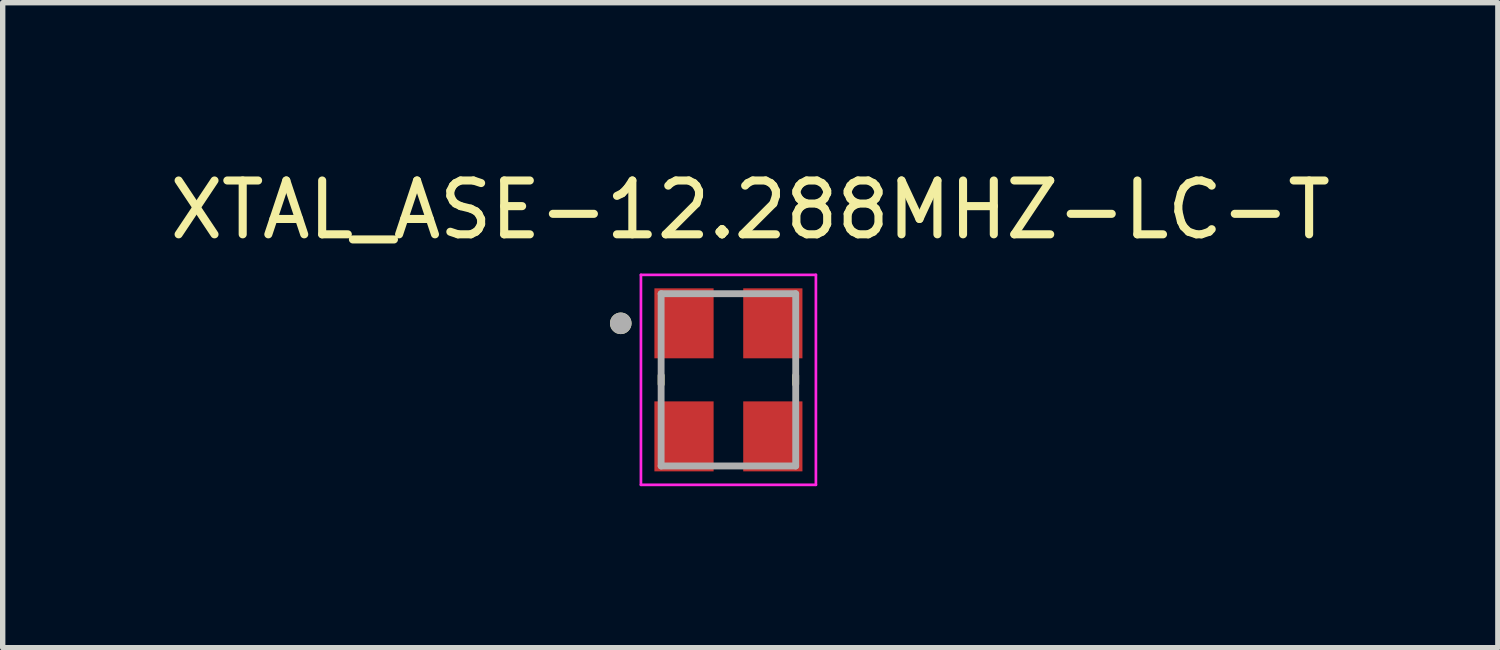
<source format=kicad_pcb>
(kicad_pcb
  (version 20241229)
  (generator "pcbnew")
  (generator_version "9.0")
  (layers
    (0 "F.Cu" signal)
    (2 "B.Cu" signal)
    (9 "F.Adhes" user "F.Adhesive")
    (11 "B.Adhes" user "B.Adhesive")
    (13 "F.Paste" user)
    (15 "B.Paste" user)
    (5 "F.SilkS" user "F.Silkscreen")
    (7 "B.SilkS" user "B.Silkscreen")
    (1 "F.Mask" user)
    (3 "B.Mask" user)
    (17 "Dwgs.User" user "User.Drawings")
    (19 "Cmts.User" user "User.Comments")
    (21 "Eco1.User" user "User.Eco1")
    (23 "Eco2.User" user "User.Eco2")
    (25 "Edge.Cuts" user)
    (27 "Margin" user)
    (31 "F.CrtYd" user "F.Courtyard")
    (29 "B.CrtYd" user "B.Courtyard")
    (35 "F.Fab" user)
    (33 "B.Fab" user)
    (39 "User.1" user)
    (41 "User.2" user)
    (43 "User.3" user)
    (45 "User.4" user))
  (footprint "XTAL_ASE-12.288MHZ-LC-T"
    (layer "F.Cu")
    (at 10.481 4.006)
    (property "Reference" "XTAL_ASE-12.288MHZ-LC-T" (at 0.406 -3.158 0) (layer "F.SilkS") (effects (font (size 1 1) (thickness 0.15))))
    (attr smd)
    (fp_line (start -1.25 -0.08) (end -1.25 0.08) (stroke (width 0.127) (type solid)) (layer "F.SilkS"))
    (fp_line (start 1.25 0.08) (end 1.25 -0.08) (stroke (width 0.127) (type solid)) (layer "F.SilkS"))
    (fp_circle (center -2 -1.05) (end -1.9 -1.05) (stroke (width 0.2) (type solid)) (fill no) (layer "F.SilkS"))
    (fp_line (start -1.625 -1.95) (end 1.625 -1.95) (stroke (width 0.05) (type solid)) (layer "F.CrtYd"))
    (fp_line (start -1.625 1.95) (end -1.625 -1.95) (stroke (width 0.05) (type solid)) (layer "F.CrtYd"))
    (fp_line (start 1.625 -1.95) (end 1.625 1.95) (stroke (width 0.05) (type solid)) (layer "F.CrtYd"))
    (fp_line (start 1.625 1.95) (end -1.625 1.95) (stroke (width 0.05) (type solid)) (layer "F.CrtYd"))
    (fp_line (start -1.25 -1.6) (end 1.25 -1.6) (stroke (width 0.127) (type solid)) (layer "F.Fab"))
    (fp_line (start -1.25 1.6) (end -1.25 -1.6) (stroke (width 0.127) (type solid)) (layer "F.Fab"))
    (fp_line (start 1.25 -1.6) (end 1.25 1.6) (stroke (width 0.127) (type solid)) (layer "F.Fab"))
    (fp_line (start 1.25 1.6) (end -1.25 1.6) (stroke (width 0.127) (type solid)) (layer "F.Fab"))
    (fp_circle (center -2 -1.05) (end -1.9 -1.05) (stroke (width 0.2) (type solid)) (fill no) (layer "F.Fab"))
    (pad "1" smd rect (at -0.825 -1.05) (size 1.1 1.3) (layers "F.Cu" "F.Mask" "F.Paste"))
    (pad "2" smd rect (at -0.825 1.05) (size 1.1 1.3) (layers "F.Cu" "F.Mask" "F.Paste"))
    (pad "3" smd rect (at 0.825 1.05) (size 1.1 1.3) (layers "F.Cu" "F.Mask" "F.Paste"))
    (pad "4" smd rect (at 0.825 -1.05) (size 1.1 1.3) (layers "F.Cu" "F.Mask" "F.Paste")))
  (gr_rect
    (start -3 -3)
    (end 24.774 8.981)
    (stroke (width 0.1) (type default))
    (fill no)
    (layer "Edge.Cuts")))
</source>
